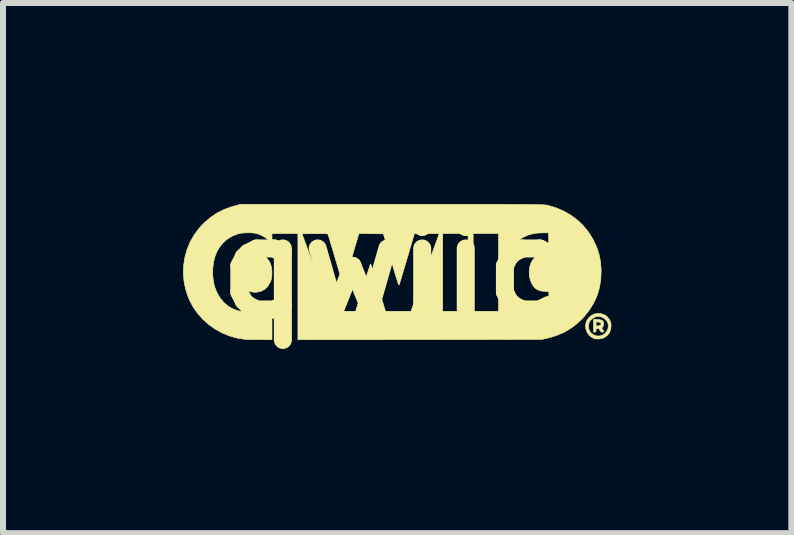
<source format=kicad_pcb>
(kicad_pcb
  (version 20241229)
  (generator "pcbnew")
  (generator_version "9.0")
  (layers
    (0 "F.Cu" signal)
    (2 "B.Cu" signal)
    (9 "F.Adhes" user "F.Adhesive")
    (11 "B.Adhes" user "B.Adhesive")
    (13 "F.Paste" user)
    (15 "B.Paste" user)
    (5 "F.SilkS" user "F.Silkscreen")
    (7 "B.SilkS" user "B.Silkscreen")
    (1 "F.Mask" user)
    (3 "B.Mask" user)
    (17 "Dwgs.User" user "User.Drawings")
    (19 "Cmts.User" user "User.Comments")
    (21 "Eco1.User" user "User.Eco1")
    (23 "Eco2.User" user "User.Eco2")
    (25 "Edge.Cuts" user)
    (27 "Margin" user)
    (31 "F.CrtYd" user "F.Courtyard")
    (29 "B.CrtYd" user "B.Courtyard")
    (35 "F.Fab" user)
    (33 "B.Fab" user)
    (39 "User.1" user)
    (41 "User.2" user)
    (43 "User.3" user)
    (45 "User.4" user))
  (footprint "qwiic"
    (layer "F.Cu")
    (at 3.515 1.418)
    (property "Reference" "qwiic" (at 0 0 0) (layer "F.SilkS") (effects (font (size 1.524 1.524) (thickness 0.3))))
    (attr through_hole)
    (fp_poly (pts (xy -2.249 -0.24) (xy -2.195 -0.222) (xy -2.146 -0.191) (xy -2.133 -0.18) (xy -2.09 -0.132) (xy -2.059 -0.077) (xy -2.04 -0.013) (xy -2.033 0.062) (xy -2.034 0.108) (xy -2.037 0.148) (xy -2.041 0.178) (xy -2.049 0.205) (xy -2.062 0.234) (xy -2.071 0.252) (xy -2.107 0.31) (xy -2.151 0.353) (xy -2.203 0.382) (xy -2.266 0.399) (xy -2.298 0.403) (xy -2.333 0.403) (xy -2.369 0.398) (xy -2.38 0.395) (xy -2.444 0.369) (xy -2.498 0.331) (xy -2.539 0.281) (xy -2.568 0.219) (xy -2.585 0.146) (xy -2.589 0.106) (xy -2.588 0.024) (xy -2.574 -0.046) (xy -2.548 -0.108) (xy -2.509 -0.161) (xy -2.487 -0.182) (xy -2.439 -0.217) (xy -2.386 -0.237) (xy -2.325 -0.245) (xy -2.311 -0.246) (xy -2.249 -0.24)) (stroke (width 0.01) (type solid)) (fill yes) (layer "F.SilkS"))
    (fp_poly (pts (xy 3.372 0.855) (xy 3.417 0.858) (xy 3.454 0.866) (xy 3.479 0.879) (xy 3.488 0.889) (xy 3.496 0.917) (xy 3.495 0.948) (xy 3.485 0.975) (xy 3.479 0.982) (xy 3.468 0.995) (xy 3.467 1.005) (xy 3.477 1.021) (xy 3.478 1.023) (xy 3.494 1.047) (xy 3.5 1.06) (xy 3.497 1.065) (xy 3.483 1.067) (xy 3.478 1.067) (xy 3.457 1.064) (xy 3.444 1.054) (xy 3.435 1.037) (xy 3.423 1.017) (xy 3.408 1.009) (xy 3.395 1.008) (xy 3.378 1.009) (xy 3.371 1.018) (xy 3.37 1.037) (xy 3.368 1.057) (xy 3.361 1.065) (xy 3.349 1.067) (xy 3.327 1.067) (xy 3.327 0.966) (xy 3.37 0.966) (xy 3.405 0.964) (xy 3.433 0.958) (xy 3.449 0.946) (xy 3.454 0.927) (xy 3.444 0.911) (xy 3.42 0.901) (xy 3.405 0.899) (xy 3.37 0.896) (xy 3.37 0.966) (xy 3.327 0.966) (xy 3.327 0.855) (xy 3.372 0.855)) (stroke (width 0.01) (type solid)) (fill yes) (layer "F.SilkS"))
    (fp_poly (pts (xy 3.452 0.759) (xy 3.506 0.777) (xy 3.542 0.799) (xy 3.562 0.819) (xy 3.583 0.847) (xy 3.595 0.866) (xy 3.609 0.894) (xy 3.616 0.92) (xy 3.619 0.952) (xy 3.619 0.969) (xy 3.611 1.03) (xy 3.589 1.083) (xy 3.552 1.127) (xy 3.501 1.162) (xy 3.468 1.174) (xy 3.426 1.181) (xy 3.384 1.182) (xy 3.349 1.178) (xy 3.34 1.175) (xy 3.288 1.148) (xy 3.246 1.109) (xy 3.216 1.062) (xy 3.198 1.01) (xy 3.195 0.961) (xy 3.243 0.961) (xy 3.247 1.009) (xy 3.264 1.052) (xy 3.279 1.073) (xy 3.319 1.107) (xy 3.366 1.128) (xy 3.415 1.133) (xy 3.464 1.123) (xy 3.469 1.121) (xy 3.513 1.095) (xy 3.545 1.06) (xy 3.565 1.018) (xy 3.574 0.972) (xy 3.569 0.926) (xy 3.55 0.883) (xy 3.532 0.861) (xy 3.49 0.828) (xy 3.444 0.81) (xy 3.395 0.806) (xy 3.348 0.818) (xy 3.304 0.844) (xy 3.274 0.874) (xy 3.252 0.915) (xy 3.243 0.961) (xy 3.195 0.961) (xy 3.194 0.956) (xy 3.205 0.901) (xy 3.216 0.874) (xy 3.25 0.826) (xy 3.293 0.789) (xy 3.343 0.765) (xy 3.397 0.755) (xy 3.452 0.759)) (stroke (width 0.01) (type solid)) (fill yes) (layer "F.SilkS"))
    (fp_poly (pts (xy 0.215 -1.063) (xy 0.444 -1.063) (xy 0.657 -1.063) (xy 0.855 -1.062) (xy 1.038 -1.062) (xy 1.207 -1.062) (xy 1.363 -1.062) (xy 1.506 -1.062) (xy 1.636 -1.062) (xy 1.755 -1.062) (xy 1.863 -1.062) (xy 1.96 -1.061) (xy 2.047 -1.061) (xy 2.125 -1.061) (xy 2.194 -1.06) (xy 2.255 -1.06) (xy 2.308 -1.059) (xy 2.354 -1.058) (xy 2.394 -1.058) (xy 2.427 -1.057) (xy 2.456 -1.056) (xy 2.48 -1.055) (xy 2.499 -1.054) (xy 2.515 -1.053) (xy 2.528 -1.052) (xy 2.539 -1.051) (xy 2.548 -1.049) (xy 2.555 -1.048) (xy 2.561 -1.047) (xy 2.699 -1.006) (xy 2.827 -0.952) (xy 2.946 -0.884) (xy 3.055 -0.804) (xy 3.153 -0.711) (xy 3.239 -0.606) (xy 3.313 -0.489) (xy 3.33 -0.458) (xy 3.383 -0.341) (xy 3.421 -0.224) (xy 3.444 -0.104) (xy 3.454 0.024) (xy 3.454 0.059) (xy 3.447 0.2) (xy 3.424 0.333) (xy 3.386 0.46) (xy 3.332 0.58) (xy 3.262 0.694) (xy 3.176 0.803) (xy 3.14 0.842) (xy 3.044 0.932) (xy 2.943 1.008) (xy 2.835 1.071) (xy 2.717 1.121) (xy 2.588 1.161) (xy 2.55 1.17) (xy 2.468 1.189) (xy 0.434 1.192) (xy -1.6 1.194) (xy -1.6 -0.571) (xy -1.531 -0.571) (xy -1.297 0.074) (xy -1.063 0.719) (xy -0.85 0.72) (xy -0.638 0.72) (xy -0.517 0.328) (xy -0.492 0.25) (xy -0.47 0.177) (xy -0.449 0.11) (xy -0.43 0.051) (xy -0.414 0.003) (xy -0.402 -0.035) (xy -0.394 -0.06) (xy -0.39 -0.07) (xy -0.39 -0.07) (xy -0.386 -0.063) (xy -0.378 -0.042) (xy -0.366 -0.008) (xy -0.351 0.038) (xy -0.333 0.095) (xy -0.312 0.159) (xy -0.29 0.231) (xy -0.266 0.309) (xy -0.262 0.322) (xy -0.14 0.72) (xy 0.284 0.72) (xy 0.519 0.077) (xy 0.555 -0.022) (xy 0.59 -0.117) (xy 0.622 -0.207) (xy 0.652 -0.289) (xy 0.679 -0.363) (xy 0.703 -0.428) (xy 0.722 -0.482) (xy 0.737 -0.524) (xy 0.748 -0.553) (xy 0.753 -0.568) (xy 0.754 -0.57) (xy 0.745 -0.572) (xy 0.723 -0.573) (xy 0.688 -0.574) (xy 0.643 -0.575) (xy 0.59 -0.576) (xy 0.548 -0.576) (xy 0.813 -0.576) (xy 0.813 0.72) (xy 1.236 0.72) (xy 1.236 -0.576) (xy 1.321 -0.576) (xy 1.321 0.72) (xy 1.744 0.72) (xy 1.744 0.076) (xy 1.833 0.076) (xy 1.834 0.144) (xy 1.837 0.199) (xy 1.843 0.246) (xy 1.853 0.289) (xy 1.868 0.331) (xy 1.889 0.379) (xy 1.902 0.405) (xy 1.951 0.488) (xy 2.014 0.559) (xy 2.088 0.619) (xy 2.147 0.653) (xy 2.225 0.689) (xy 2.299 0.714) (xy 2.375 0.728) (xy 2.458 0.734) (xy 2.498 0.734) (xy 2.578 0.732) (xy 2.58 0.562) (xy 2.583 0.392) (xy 2.508 0.388) (xy 2.447 0.381) (xy 2.399 0.365) (xy 2.358 0.338) (xy 2.333 0.312) (xy 2.297 0.258) (xy 2.272 0.196) (xy 2.258 0.128) (xy 2.255 0.059) (xy 2.262 -0.009) (xy 2.28 -0.073) (xy 2.309 -0.129) (xy 2.348 -0.175) (xy 2.389 -0.206) (xy 2.431 -0.226) (xy 2.48 -0.235) (xy 2.517 -0.237) (xy 2.583 -0.237) (xy 2.58 -0.413) (xy 2.578 -0.588) (xy 2.472 -0.587) (xy 2.388 -0.583) (xy 2.314 -0.571) (xy 2.245 -0.552) (xy 2.174 -0.522) (xy 2.159 -0.515) (xy 2.091 -0.473) (xy 2.026 -0.419) (xy 1.967 -0.357) (xy 1.92 -0.29) (xy 1.907 -0.266) (xy 1.88 -0.211) (xy 1.861 -0.16) (xy 1.847 -0.11) (xy 1.839 -0.056) (xy 1.834 0.006) (xy 1.833 0.076) (xy 1.744 0.076) (xy 1.744 -0.576) (xy 1.321 -0.576) (xy 1.236 -0.576) (xy 0.813 -0.576) (xy 0.548 -0.576) (xy 0.342 -0.576) (xy 0.221 -0.163) (xy 0.197 -0.082) (xy 0.174 -0.005) (xy 0.153 0.066) (xy 0.134 0.129) (xy 0.118 0.183) (xy 0.105 0.226) (xy 0.095 0.257) (xy 0.09 0.273) (xy 0.09 0.275) (xy 0.088 0.279) (xy 0.086 0.281) (xy 0.083 0.281) (xy 0.08 0.277) (xy 0.076 0.268) (xy 0.07 0.254) (xy 0.063 0.233) (xy 0.054 0.205) (xy 0.042 0.168) (xy 0.028 0.122) (xy 0.011 0.065) (xy -0.009 -0.003) (xy -0.032 -0.083) (xy -0.06 -0.177) (xy -0.091 -0.284) (xy -0.127 -0.407) (xy -0.134 -0.432) (xy -0.175 -0.571) (xy -0.583 -0.576) (xy -0.604 -0.506) (xy -0.611 -0.483) (xy -0.622 -0.446) (xy -0.636 -0.396) (xy -0.654 -0.337) (xy -0.673 -0.27) (xy -0.694 -0.197) (xy -0.716 -0.12) (xy -0.729 -0.076) (xy -0.75 -0.001) (xy -0.771 0.069) (xy -0.789 0.132) (xy -0.806 0.187) (xy -0.819 0.232) (xy -0.829 0.265) (xy -0.836 0.285) (xy -0.838 0.29) (xy -0.841 0.283) (xy -0.849 0.262) (xy -0.86 0.227) (xy -0.875 0.181) (xy -0.893 0.124) (xy -0.913 0.058) (xy -0.935 -0.016) (xy -0.958 -0.095) (xy -0.969 -0.131) (xy -0.993 -0.213) (xy -1.016 -0.29) (xy -1.037 -0.36) (xy -1.056 -0.423) (xy -1.072 -0.477) (xy -1.085 -0.519) (xy -1.094 -0.549) (xy -1.1 -0.565) (xy -1.1 -0.567) (xy -1.109 -0.57) (xy -1.132 -0.572) (xy -1.17 -0.574) (xy -1.223 -0.574) (xy -1.293 -0.574) (xy -1.318 -0.574) (xy -1.531 -0.571) (xy -1.6 -0.571) (xy -1.6 -0.576) (xy -2.032 -0.576) (xy -2.032 -0.411) (xy -2.076 -0.455) (xy -2.143 -0.509) (xy -2.216 -0.55) (xy -2.261 -0.568) (xy -2.304 -0.579) (xy -2.359 -0.586) (xy -2.42 -0.589) (xy -2.482 -0.587) (xy -2.54 -0.582) (xy -2.589 -0.573) (xy -2.59 -0.573) (xy -2.682 -0.539) (xy -2.765 -0.491) (xy -2.839 -0.429) (xy -2.901 -0.355) (xy -2.949 -0.275) (xy -2.98 -0.197) (xy -3.004 -0.108) (xy -3.017 -0.013) (xy -3.021 0.083) (xy -3.016 0.155) (xy -3.007 0.223) (xy -2.996 0.28) (xy -2.98 0.331) (xy -2.96 0.383) (xy -2.941 0.423) (xy -2.893 0.504) (xy -2.833 0.574) (xy -2.764 0.633) (xy -2.692 0.676) (xy -2.6 0.711) (xy -2.503 0.731) (xy -2.415 0.737) (xy -2.322 0.729) (xy -2.237 0.707) (xy -2.161 0.671) (xy -2.093 0.62) (xy -2.082 0.61) (xy -2.032 0.561) (xy -2.032 1.194) (xy -2.237 1.192) (xy -2.297 1.192) (xy -2.352 1.191) (xy -2.401 1.19) (xy -2.44 1.189) (xy -2.467 1.188) (xy -2.477 1.188) (xy -2.61 1.168) (xy -2.738 1.132) (xy -2.861 1.082) (xy -2.977 1.018) (xy -3.085 0.942) (xy -3.183 0.855) (xy -3.27 0.757) (xy -3.346 0.649) (xy -3.407 0.533) (xy -3.43 0.478) (xy -3.472 0.35) (xy -3.498 0.221) (xy -3.51 0.092) (xy -3.506 -0.033) (xy -3.485 -0.174) (xy -3.449 -0.306) (xy -3.398 -0.431) (xy -3.332 -0.548) (xy -3.251 -0.658) (xy -3.16 -0.755) (xy -3.057 -0.844) (xy -2.947 -0.918) (xy -2.828 -0.977) (xy -2.699 -1.024) (xy -2.644 -1.039) (xy -2.553 -1.063) (xy -0.03 -1.063) (xy 0.215 -1.063)) (stroke (width 0.01) (type solid)) (fill yes) (layer "F.SilkS")))
  (gr_rect
    (start -3 -3)
    (end 10.139 5.836)
    (stroke (width 0.1) (type default))
    (fill no)
    (layer "Edge.Cuts")))
</source>
